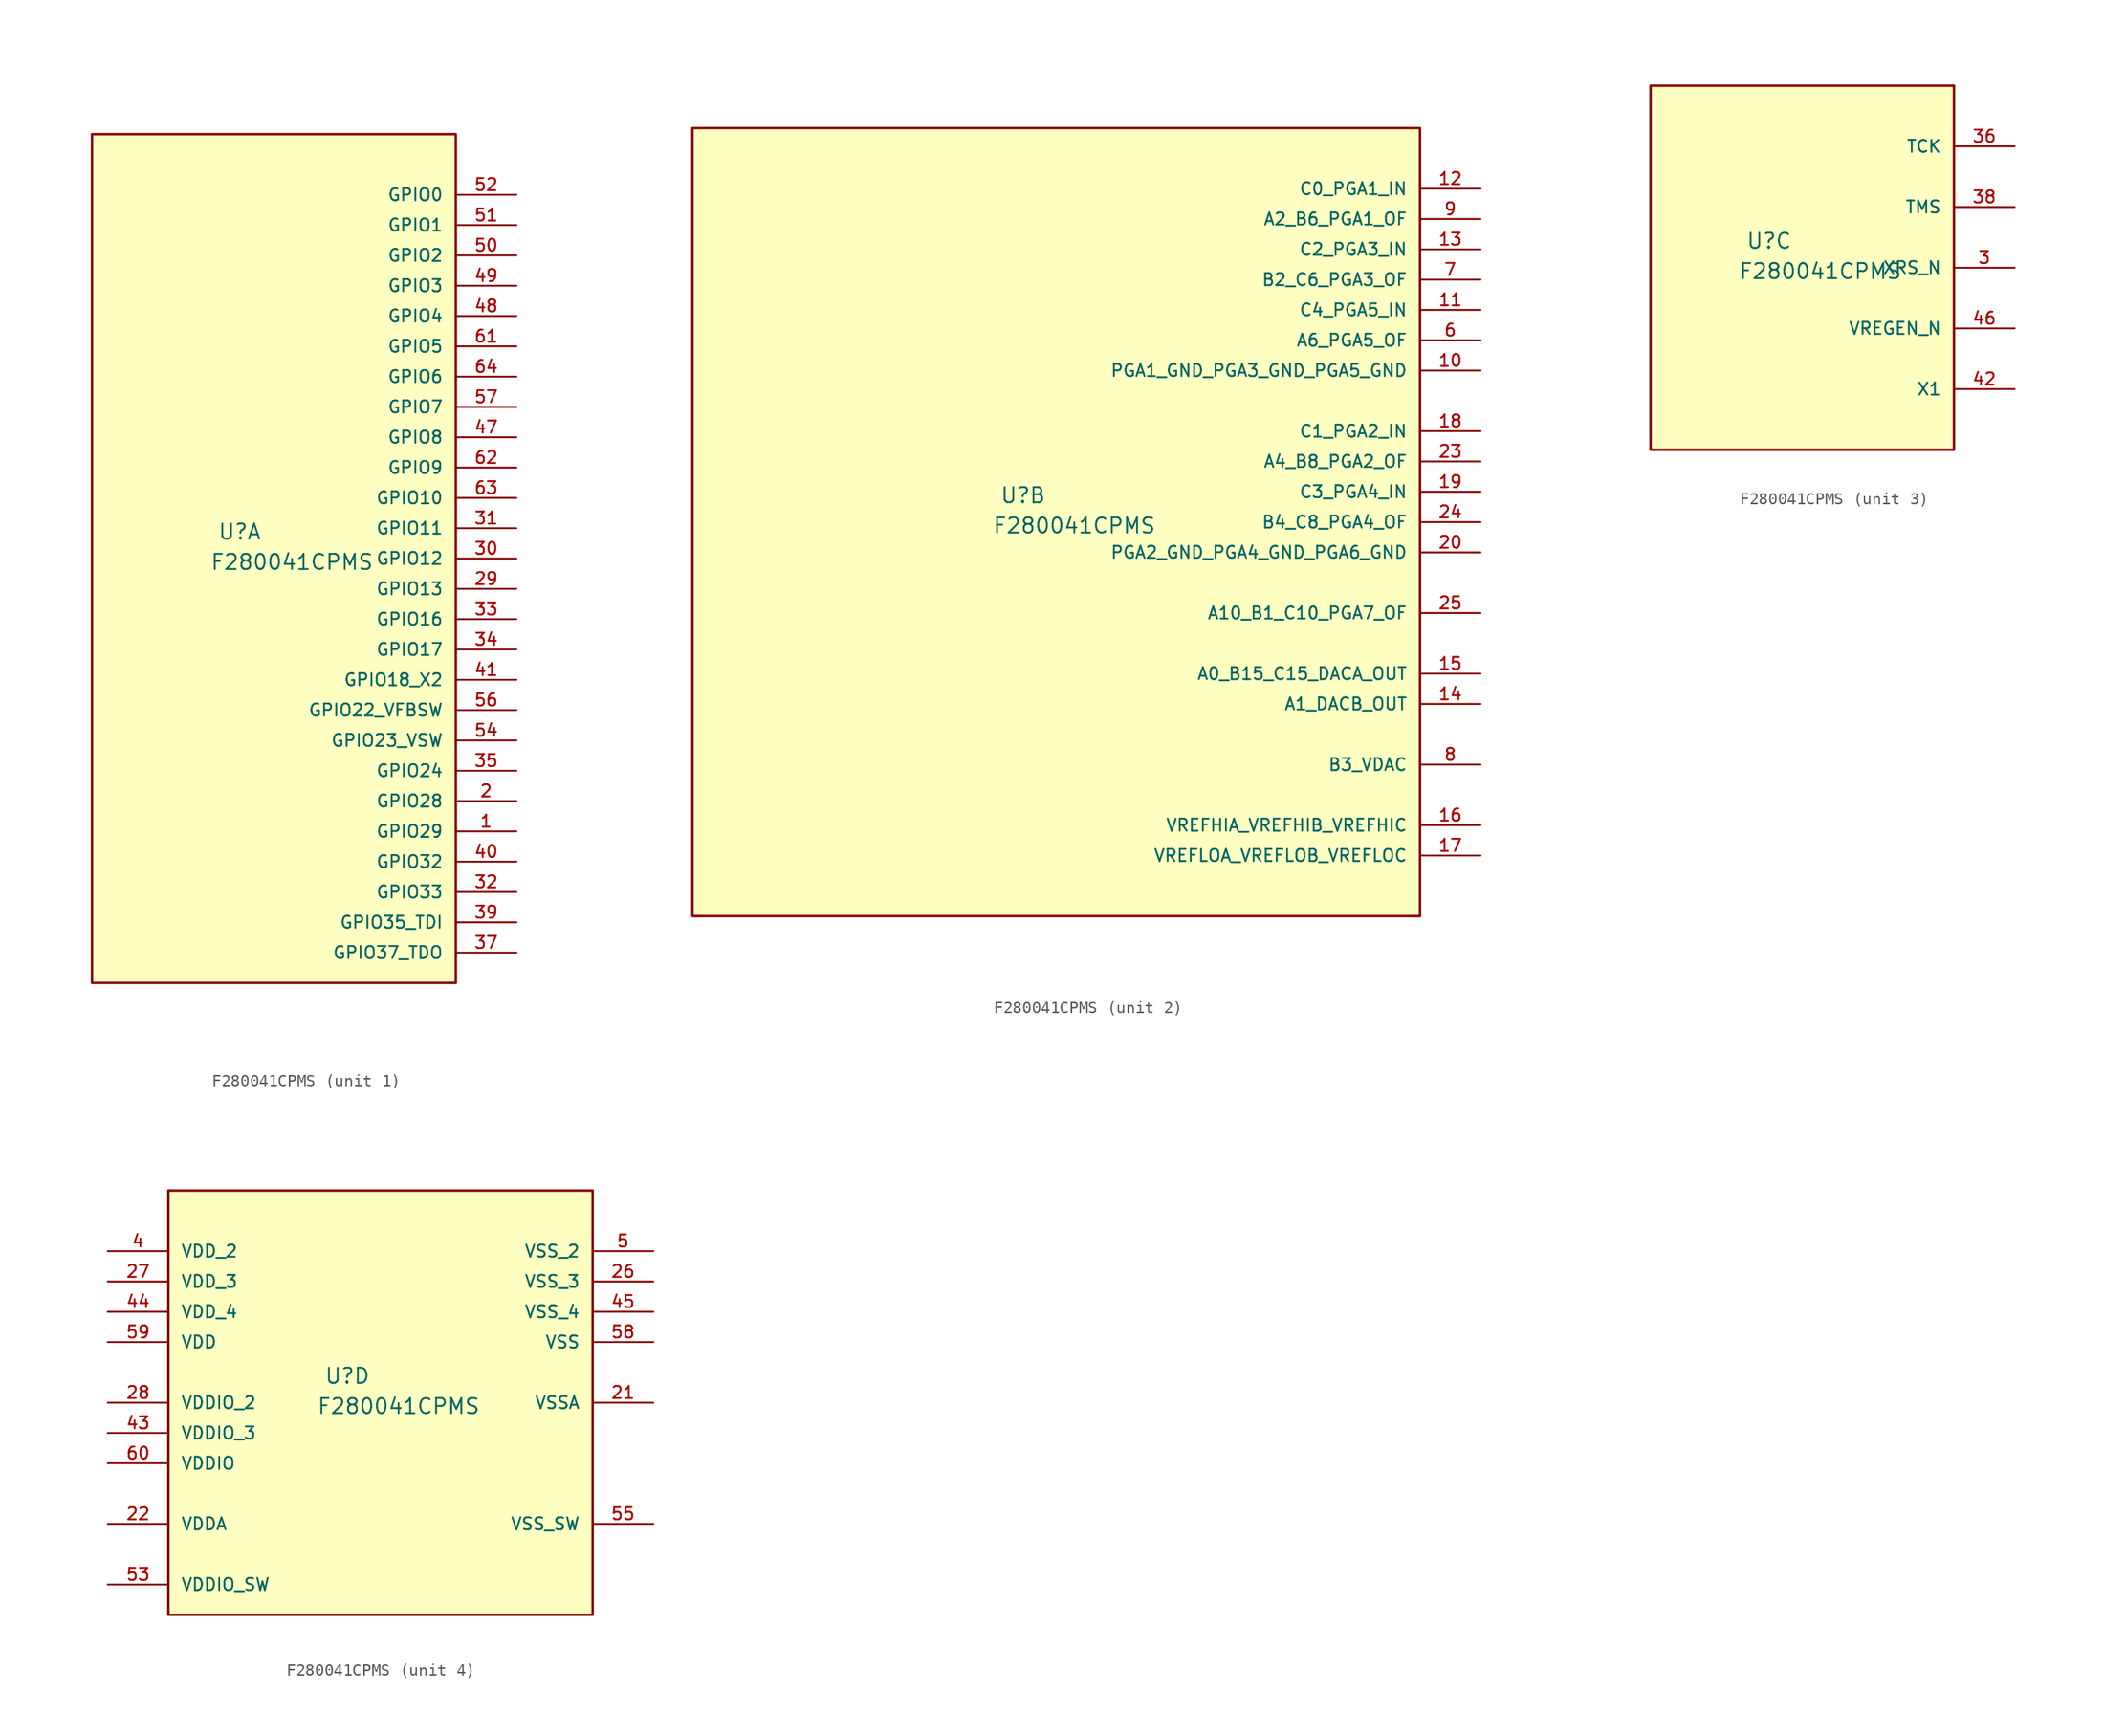
<source format=kicad_sym>
(kicad_symbol_lib
  (version 20211014)
  (generator kicad_symbol_editor)
  (symbol "F280041CPMS"
    (pin_names
      (offset 1.016))
    (property "Reference" "U"
      (at -4.724 1.499 0.0)
      (effects (font (size 1.27 1.27)) (justify bottom left)))
    (property "Value" "F280041CPMS"
      (at -5.359 -1.041 0.0)
      (effects (font (size 1.27 1.27)) (justify bottom left)))
    (symbol "F280041CPMS_1_0"
      (rectangle (start -15.24 -35.56) (end 15.24 35.56) (stroke (width 0.203)) (fill (type background)))
      (pin bidirectional line (at 20.32 -22.86 180.0) (length 5.08) (name "GPIO29" (effects (font (size 1.016 1.016)))) (number "1" (effects (font (size 1.016 1.016)))))
      (pin bidirectional line (at 20.32 -20.32 180.0) (length 5.08) (name "GPIO28" (effects (font (size 1.016 1.016)))) (number "2" (effects (font (size 1.016 1.016)))))
      (pin bidirectional line (at 20.32 -2.54 180.0) (length 5.08) (name "GPIO13" (effects (font (size 1.016 1.016)))) (number "29" (effects (font (size 1.016 1.016)))))
      (pin bidirectional line (at 20.32 0.0 180.0) (length 5.08) (name "GPIO12" (effects (font (size 1.016 1.016)))) (number "30" (effects (font (size 1.016 1.016)))))
      (pin bidirectional line (at 20.32 2.54 180.0) (length 5.08) (name "GPIO11" (effects (font (size 1.016 1.016)))) (number "31" (effects (font (size 1.016 1.016)))))
      (pin bidirectional line (at 20.32 -27.94 180.0) (length 5.08) (name "GPIO33" (effects (font (size 1.016 1.016)))) (number "32" (effects (font (size 1.016 1.016)))))
      (pin bidirectional line (at 20.32 -5.08 180.0) (length 5.08) (name "GPIO16" (effects (font (size 1.016 1.016)))) (number "33" (effects (font (size 1.016 1.016)))))
      (pin bidirectional line (at 20.32 -7.62 180.0) (length 5.08) (name "GPIO17" (effects (font (size 1.016 1.016)))) (number "34" (effects (font (size 1.016 1.016)))))
      (pin bidirectional line (at 20.32 -17.78 180.0) (length 5.08) (name "GPIO24" (effects (font (size 1.016 1.016)))) (number "35" (effects (font (size 1.016 1.016)))))
      (pin bidirectional line (at 20.32 -33.02 180.0) (length 5.08) (name "GPIO37_TDO" (effects (font (size 1.016 1.016)))) (number "37" (effects (font (size 1.016 1.016)))))
      (pin bidirectional line (at 20.32 -30.48 180.0) (length 5.08) (name "GPIO35_TDI" (effects (font (size 1.016 1.016)))) (number "39" (effects (font (size 1.016 1.016)))))
      (pin bidirectional line (at 20.32 -25.4 180.0) (length 5.08) (name "GPIO32" (effects (font (size 1.016 1.016)))) (number "40" (effects (font (size 1.016 1.016)))))
      (pin bidirectional line (at 20.32 -10.16 180.0) (length 5.08) (name "GPIO18_X2" (effects (font (size 1.016 1.016)))) (number "41" (effects (font (size 1.016 1.016)))))
      (pin bidirectional line (at 20.32 10.16 180.0) (length 5.08) (name "GPIO8" (effects (font (size 1.016 1.016)))) (number "47" (effects (font (size 1.016 1.016)))))
      (pin bidirectional line (at 20.32 20.32 180.0) (length 5.08) (name "GPIO4" (effects (font (size 1.016 1.016)))) (number "48" (effects (font (size 1.016 1.016)))))
      (pin bidirectional line (at 20.32 22.86 180.0) (length 5.08) (name "GPIO3" (effects (font (size 1.016 1.016)))) (number "49" (effects (font (size 1.016 1.016)))))
      (pin bidirectional line (at 20.32 25.4 180.0) (length 5.08) (name "GPIO2" (effects (font (size 1.016 1.016)))) (number "50" (effects (font (size 1.016 1.016)))))
      (pin bidirectional line (at 20.32 27.94 180.0) (length 5.08) (name "GPIO1" (effects (font (size 1.016 1.016)))) (number "51" (effects (font (size 1.016 1.016)))))
      (pin bidirectional line (at 20.32 30.48 180.0) (length 5.08) (name "GPIO0" (effects (font (size 1.016 1.016)))) (number "52" (effects (font (size 1.016 1.016)))))
      (pin bidirectional line (at 20.32 -15.24 180.0) (length 5.08) (name "GPIO23_VSW" (effects (font (size 1.016 1.016)))) (number "54" (effects (font (size 1.016 1.016)))))
      (pin bidirectional line (at 20.32 -12.7 180.0) (length 5.08) (name "GPIO22_VFBSW" (effects (font (size 1.016 1.016)))) (number "56" (effects (font (size 1.016 1.016)))))
      (pin bidirectional line (at 20.32 12.7 180.0) (length 5.08) (name "GPIO7" (effects (font (size 1.016 1.016)))) (number "57" (effects (font (size 1.016 1.016)))))
      (pin bidirectional line (at 20.32 17.78 180.0) (length 5.08) (name "GPIO5" (effects (font (size 1.016 1.016)))) (number "61" (effects (font (size 1.016 1.016)))))
      (pin bidirectional line (at 20.32 7.62 180.0) (length 5.08) (name "GPIO9" (effects (font (size 1.016 1.016)))) (number "62" (effects (font (size 1.016 1.016)))))
      (pin bidirectional line (at 20.32 5.08 180.0) (length 5.08) (name "GPIO10" (effects (font (size 1.016 1.016)))) (number "63" (effects (font (size 1.016 1.016)))))
      (pin bidirectional line (at 20.32 15.24 180.0) (length 5.08) (name "GPIO6" (effects (font (size 1.016 1.016)))) (number "64" (effects (font (size 1.016 1.016))))))
    (symbol "F280041CPMS_2_0"
      (rectangle (start -30.48 -33.02) (end 30.48 33.02) (stroke (width 0.203)) (fill (type background)))
      (pin input line (at 35.56 15.24 180.0) (length 5.08) (name "A6_PGA5_OF" (effects (font (size 1.016 1.016)))) (number "6" (effects (font (size 1.016 1.016)))))
      (pin input line (at 35.56 20.32 180.0) (length 5.08) (name "B2_C6_PGA3_OF" (effects (font (size 1.016 1.016)))) (number "7" (effects (font (size 1.016 1.016)))))
      (pin passive line (at 35.56 -20.32 180.0) (length 5.08) (name "B3_VDAC" (effects (font (size 1.016 1.016)))) (number "8" (effects (font (size 1.016 1.016)))))
      (pin input line (at 35.56 25.4 180.0) (length 5.08) (name "A2_B6_PGA1_OF" (effects (font (size 1.016 1.016)))) (number "9" (effects (font (size 1.016 1.016)))))
      (pin power_in line (at 35.56 12.7 180.0) (length 5.08) (name "PGA1_GND_PGA3_GND_PGA5_GND" (effects (font (size 1.016 1.016)))) (number "10" (effects (font (size 1.016 1.016)))))
      (pin input line (at 35.56 17.78 180.0) (length 5.08) (name "C4_PGA5_IN" (effects (font (size 1.016 1.016)))) (number "11" (effects (font (size 1.016 1.016)))))
      (pin input line (at 35.56 27.94 180.0) (length 5.08) (name "C0_PGA1_IN" (effects (font (size 1.016 1.016)))) (number "12" (effects (font (size 1.016 1.016)))))
      (pin input line (at 35.56 22.86 180.0) (length 5.08) (name "C2_PGA3_IN" (effects (font (size 1.016 1.016)))) (number "13" (effects (font (size 1.016 1.016)))))
      (pin output line (at 35.56 -15.24 180.0) (length 5.08) (name "A1_DACB_OUT" (effects (font (size 1.016 1.016)))) (number "14" (effects (font (size 1.016 1.016)))))
      (pin output line (at 35.56 -12.7 180.0) (length 5.08) (name "A0_B15_C15_DACA_OUT" (effects (font (size 1.016 1.016)))) (number "15" (effects (font (size 1.016 1.016)))))
      (pin input line (at 35.56 -25.4 180.0) (length 5.08) (name "VREFHIA_VREFHIB_VREFHIC" (effects (font (size 1.016 1.016)))) (number "16" (effects (font (size 1.016 1.016)))))
      (pin output line (at 35.56 -27.94 180.0) (length 5.08) (name "VREFLOA_VREFLOB_VREFLOC" (effects (font (size 1.016 1.016)))) (number "17" (effects (font (size 1.016 1.016)))))
      (pin input line (at 35.56 7.62 180.0) (length 5.08) (name "C1_PGA2_IN" (effects (font (size 1.016 1.016)))) (number "18" (effects (font (size 1.016 1.016)))))
      (pin input line (at 35.56 2.54 180.0) (length 5.08) (name "C3_PGA4_IN" (effects (font (size 1.016 1.016)))) (number "19" (effects (font (size 1.016 1.016)))))
      (pin power_in line (at 35.56 -2.54 180.0) (length 5.08) (name "PGA2_GND_PGA4_GND_PGA6_GND" (effects (font (size 1.016 1.016)))) (number "20" (effects (font (size 1.016 1.016)))))
      (pin input line (at 35.56 5.08 180.0) (length 5.08) (name "A4_B8_PGA2_OF" (effects (font (size 1.016 1.016)))) (number "23" (effects (font (size 1.016 1.016)))))
      (pin input line (at 35.56 0.0 180.0) (length 5.08) (name "B4_C8_PGA4_OF" (effects (font (size 1.016 1.016)))) (number "24" (effects (font (size 1.016 1.016)))))
      (pin input line (at 35.56 -7.62 180.0) (length 5.08) (name "A10_B1_C10_PGA7_OF" (effects (font (size 1.016 1.016)))) (number "25" (effects (font (size 1.016 1.016))))))
    (symbol "F280041CPMS_3_0"
      (rectangle (start -12.7 -15.24) (end 12.7 15.24) (stroke (width 0.203)) (fill (type background)))
      (pin input line (at 17.78 0.0 180.0) (length 5.08) (name "XRS_N" (effects (font (size 1.016 1.016)))) (number "3" (effects (font (size 1.016 1.016)))))
      (pin input line (at 17.78 10.16 180.0) (length 5.08) (name "TCK" (effects (font (size 1.016 1.016)))) (number "36" (effects (font (size 1.016 1.016)))))
      (pin input line (at 17.78 5.08 180.0) (length 5.08) (name "TMS" (effects (font (size 1.016 1.016)))) (number "38" (effects (font (size 1.016 1.016)))))
      (pin bidirectional line (at 17.78 -10.16 180.0) (length 5.08) (name "X1" (effects (font (size 1.016 1.016)))) (number "42" (effects (font (size 1.016 1.016)))))
      (pin input line (at 17.78 -5.08 180.0) (length 5.08) (name "VREGEN_N" (effects (font (size 1.016 1.016)))) (number "46" (effects (font (size 1.016 1.016))))))
    (symbol "F280041CPMS_4_0"
      (rectangle (start -17.78 -17.78) (end 17.78 17.78) (stroke (width 0.203)) (fill (type background)))
      (pin power_in line (at -22.86 12.7 0) (length 5.08) (name "VDD_2" (effects (font (size 1.016 1.016)))) (number "4" (effects (font (size 1.016 1.016)))))
      (pin power_in line (at 22.86 12.7 180.0) (length 5.08) (name "VSS_2" (effects (font (size 1.016 1.016)))) (number "5" (effects (font (size 1.016 1.016)))))
      (pin power_in line (at 22.86 0.0 180.0) (length 5.08) (name "VSSA" (effects (font (size 1.016 1.016)))) (number "21" (effects (font (size 1.016 1.016)))))
      (pin power_in line (at -22.86 -10.16 0) (length 5.08) (name "VDDA" (effects (font (size 1.016 1.016)))) (number "22" (effects (font (size 1.016 1.016)))))
      (pin power_in line (at 22.86 10.16 180.0) (length 5.08) (name "VSS_3" (effects (font (size 1.016 1.016)))) (number "26" (effects (font (size 1.016 1.016)))))
      (pin power_in line (at -22.86 10.16 0) (length 5.08) (name "VDD_3" (effects (font (size 1.016 1.016)))) (number "27" (effects (font (size 1.016 1.016)))))
      (pin power_in line (at -22.86 0.0 0) (length 5.08) (name "VDDIO_2" (effects (font (size 1.016 1.016)))) (number "28" (effects (font (size 1.016 1.016)))))
      (pin power_in line (at -22.86 -2.54 0) (length 5.08) (name "VDDIO_3" (effects (font (size 1.016 1.016)))) (number "43" (effects (font (size 1.016 1.016)))))
      (pin power_in line (at -22.86 7.62 0) (length 5.08) (name "VDD_4" (effects (font (size 1.016 1.016)))) (number "44" (effects (font (size 1.016 1.016)))))
      (pin power_in line (at 22.86 7.62 180.0) (length 5.08) (name "VSS_4" (effects (font (size 1.016 1.016)))) (number "45" (effects (font (size 1.016 1.016)))))
      (pin power_in line (at -22.86 -15.24 0) (length 5.08) (name "VDDIO_SW" (effects (font (size 1.016 1.016)))) (number "53" (effects (font (size 1.016 1.016)))))
      (pin power_in line (at 22.86 -10.16 180.0) (length 5.08) (name "VSS_SW" (effects (font (size 1.016 1.016)))) (number "55" (effects (font (size 1.016 1.016)))))
      (pin power_in line (at 22.86 5.08 180.0) (length 5.08) (name "VSS" (effects (font (size 1.016 1.016)))) (number "58" (effects (font (size 1.016 1.016)))))
      (pin power_in line (at -22.86 5.08 0) (length 5.08) (name "VDD" (effects (font (size 1.016 1.016)))) (number "59" (effects (font (size 1.016 1.016)))))
      (pin power_in line (at -22.86 -5.08 0) (length 5.08) (name "VDDIO" (effects (font (size 1.016 1.016)))) (number "60" (effects (font (size 1.016 1.016))))))))
</source>
